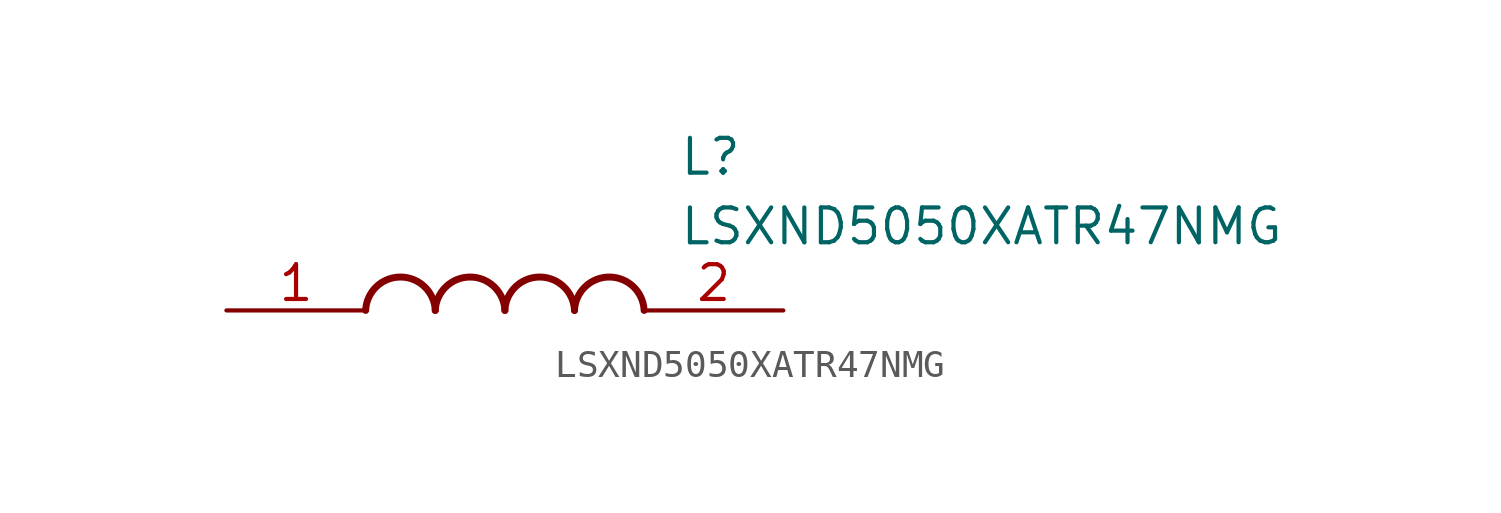
<source format=kicad_sym>
(kicad_symbol_lib
  (version 20211014)
  (generator SamacSys_ECAD_Model)
  (symbol "LSXND5050XATR47NMG"
    (pin_names hide)
    (property "Reference" "L"
      (at 16.51 6.35 0)
      (effects (font (size 1.27 1.27)) (justify left top)))
    (property "Value" "LSXND5050XATR47NMG"
      (at 16.51 3.81 0)
      (effects (font (size 1.27 1.27)) (justify left top)))
    (arc
      (start 7.62 0)
      (mid 6.35 1.219)
      (end 5.08 0)
      (stroke (width 0.254) (type default))
      (fill (type none)))
    (arc
      (start 10.16 0)
      (mid 8.89 1.219)
      (end 7.62 0)
      (stroke (width 0.254) (type default))
      (fill (type none)))
    (arc
      (start 12.7 0)
      (mid 11.43 1.219)
      (end 10.16 0)
      (stroke (width 0.254) (type default))
      (fill (type none)))
    (arc
      (start 15.24 0)
      (mid 13.97 1.219)
      (end 12.7 0)
      (stroke (width 0.254) (type default))
      (fill (type none)))
    (pin passive line
      (at 0 0 0)
      (length 5.08)
      (name "1" (effects (font (size 1.27 1.27))))
      (number "1" (effects (font (size 1.27 1.27)))))
    (pin passive line
      (at 20.32 0 180)
      (length 5.08)
      (name "2" (effects (font (size 1.27 1.27))))
      (number "2" (effects (font (size 1.27 1.27)))))))
</source>
